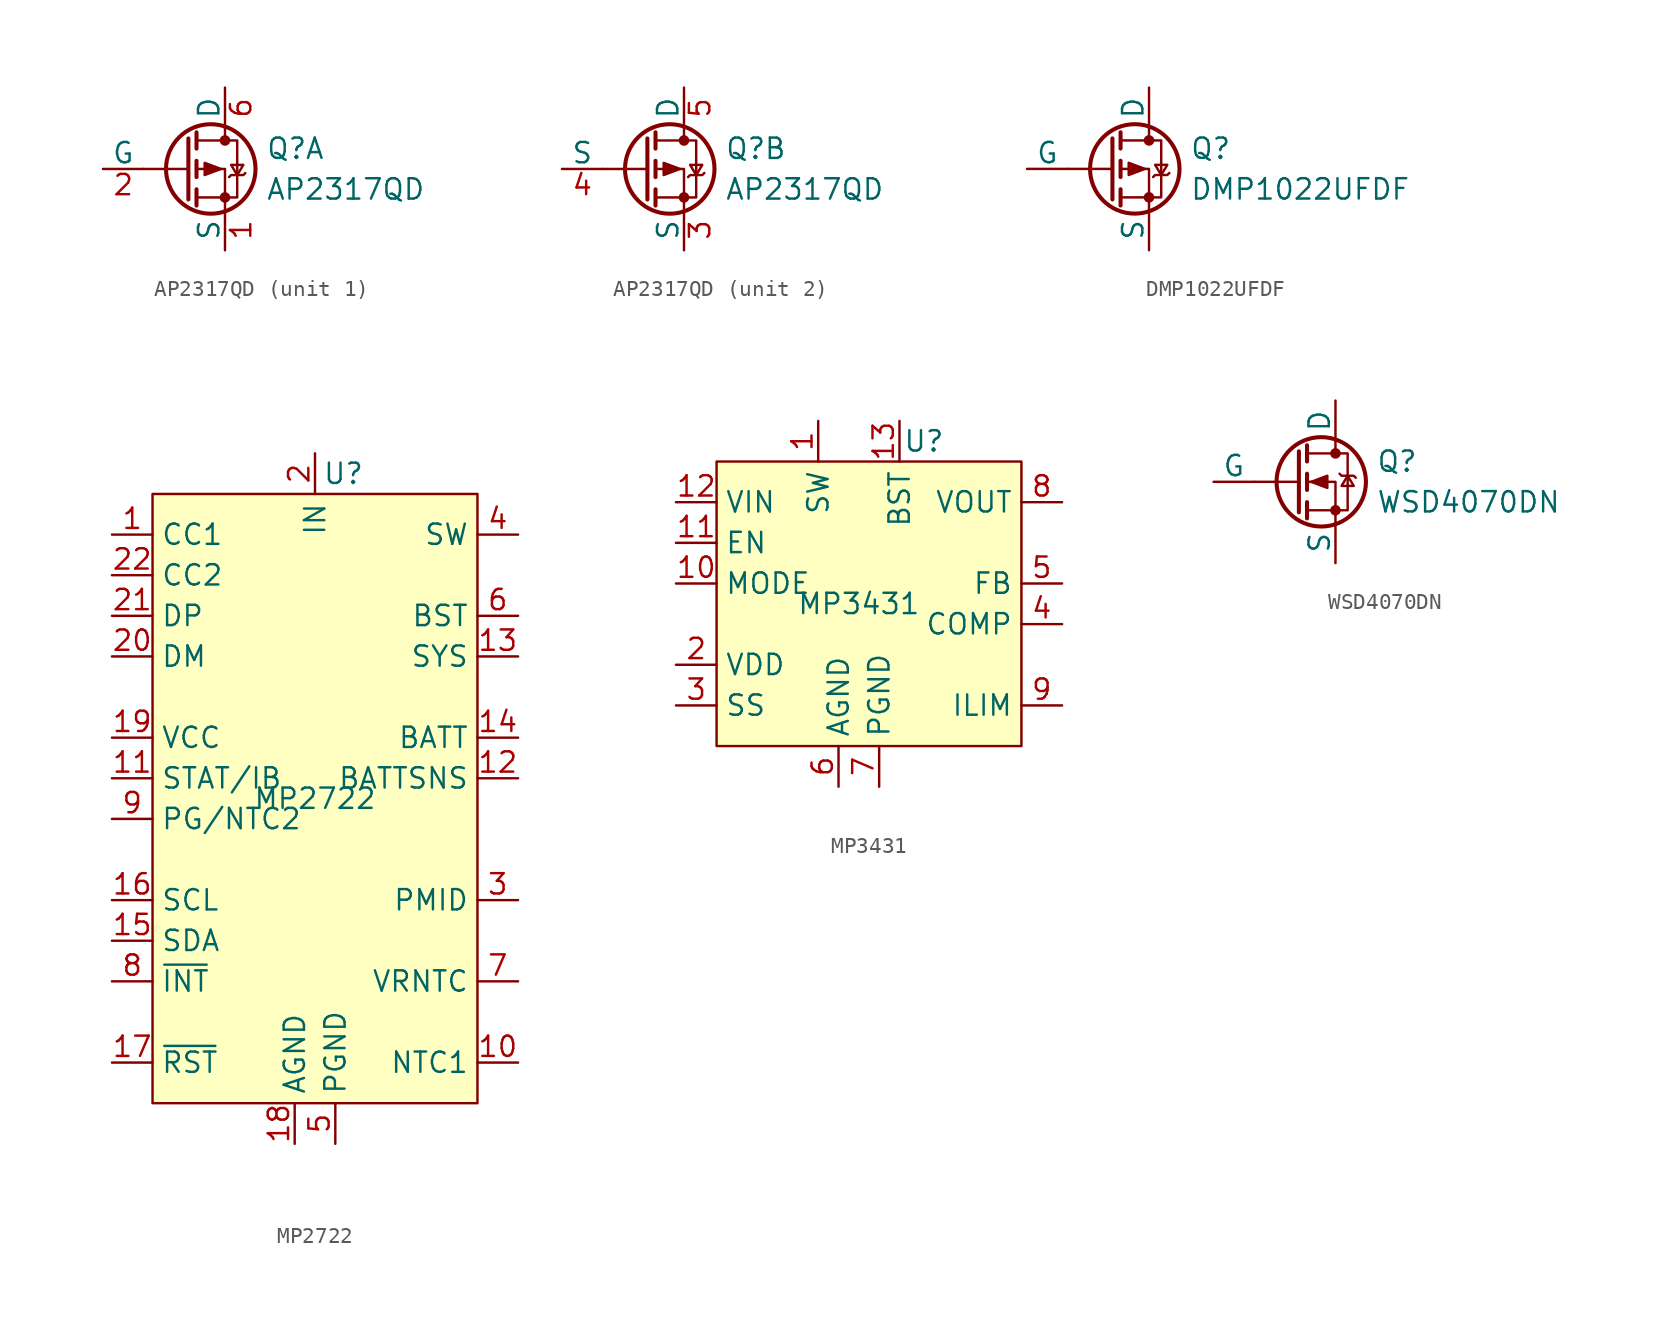
<source format=kicad_sym>
(kicad_symbol_lib
  (version 20231120)
  (generator "kicad_symbol_editor")
  (generator_version "8.0")
  (symbol "AP2317QD"
    (pin_names
      (offset 0))
    (property "Reference" "Q"
      (at 5.08 1.27 0)
      (effects (font (size 1.27 1.27)) (justify left)))
    (property "Value" "AP2317QD"
      (at 5.08 -1.27 0)
      (effects (font (size 1.27 1.27)) (justify left)))
    (symbol "AP2317QD_0_1"
      (polyline (pts (xy 0.254 0) (xy -2.54 0)) (stroke (width 0) (type default)) (fill (type none)))
      (polyline (pts (xy 0.254 1.905) (xy 0.254 -1.905)) (stroke (width 0.254) (type default)) (fill (type none)))
      (polyline (pts (xy 0.762 -1.27) (xy 0.762 -2.286)) (stroke (width 0.254) (type default)) (fill (type none)))
      (polyline (pts (xy 0.762 0.508) (xy 0.762 -0.508)) (stroke (width 0.254) (type default)) (fill (type none)))
      (polyline (pts (xy 0.762 2.286) (xy 0.762 1.27)) (stroke (width 0.254) (type default)) (fill (type none)))
      (polyline (pts (xy 2.54 2.54) (xy 2.54 1.778)) (stroke (width 0) (type default)) (fill (type none)))
      (polyline (pts (xy 2.54 -2.54) (xy 2.54 0) (xy 0.762 0)) (stroke (width 0) (type default)) (fill (type none)))
      (polyline (pts (xy 0.762 1.778) (xy 3.302 1.778) (xy 3.302 -1.778) (xy 0.762 -1.778)) (stroke (width 0) (type default)) (fill (type none)))
      (polyline (pts (xy 2.286 0) (xy 1.27 0.381) (xy 1.27 -0.381) (xy 2.286 0)) (stroke (width 0) (type default)) (fill (type outline)))
      (polyline (pts (xy 2.794 -0.508) (xy 2.921 -0.381) (xy 3.683 -0.381) (xy 3.81 -0.254)) (stroke (width 0) (type default)) (fill (type none)))
      (polyline (pts (xy 3.302 -0.381) (xy 2.921 0.254) (xy 3.683 0.254) (xy 3.302 -0.381)) (stroke (width 0) (type default)) (fill (type none)))
      (circle (center 1.651 0) (radius 2.794) (stroke (width 0.254) (type default)) (fill (type none)))
      (circle (center 2.54 -1.778) (radius 0.254) (stroke (width 0) (type default)) (fill (type outline)))
      (circle (center 2.54 1.778) (radius 0.254) (stroke (width 0) (type default)) (fill (type outline))))
    (symbol "AP2317QD_1_1"
      (pin passive line (at 2.54 -5.08 90) (length 2.54) (name "S" (effects (font (size 1.27 1.27)))) (number "1" (effects (font (size 1.27 1.27)))))
      (pin input line (at -5.08 0 0) (length 2.54) (name "G" (effects (font (size 1.27 1.27)))) (number "2" (effects (font (size 1.27 1.27)))))
      (pin passive line (at 2.54 5.08 270) (length 2.54) (name "D" (effects (font (size 1.27 1.27)))) (number "6" (effects (font (size 1.27 1.27))))))
    (symbol "AP2317QD_2_1"
      (pin passive line (at 2.54 -5.08 90) (length 2.54) (name "S" (effects (font (size 1.27 1.27)))) (number "3" (effects (font (size 1.27 1.27)))))
      (pin input line (at -5.08 0 0) (length 2.54) (name "S" (effects (font (size 1.27 1.27)))) (number "4" (effects (font (size 1.27 1.27)))))
      (pin passive line (at 2.54 5.08 270) (length 2.54) (name "D" (effects (font (size 1.27 1.27)))) (number "5" (effects (font (size 1.27 1.27)))))))
  (symbol "DMP1022UFDF"
    (pin_numbers hide)
    (pin_names
      (offset 0))
    (property "Reference" "Q"
      (at 5.08 1.27 0)
      (effects (font (size 1.27 1.27)) (justify left)))
    (property "Value" "DMP1022UFDF"
      (at 5.08 -1.27 0)
      (effects (font (size 1.27 1.27)) (justify left)))
    (symbol "DMP1022UFDF_0_1"
      (polyline (pts (xy 0.254 0) (xy -2.54 0)) (stroke (width 0) (type default)) (fill (type none)))
      (polyline (pts (xy 0.254 1.905) (xy 0.254 -1.905)) (stroke (width 0.254) (type default)) (fill (type none)))
      (polyline (pts (xy 0.762 -1.27) (xy 0.762 -2.286)) (stroke (width 0.254) (type default)) (fill (type none)))
      (polyline (pts (xy 0.762 0.508) (xy 0.762 -0.508)) (stroke (width 0.254) (type default)) (fill (type none)))
      (polyline (pts (xy 0.762 2.286) (xy 0.762 1.27)) (stroke (width 0.254) (type default)) (fill (type none)))
      (polyline (pts (xy 2.54 2.54) (xy 2.54 1.778)) (stroke (width 0) (type default)) (fill (type none)))
      (polyline (pts (xy 2.54 -2.54) (xy 2.54 0) (xy 0.762 0)) (stroke (width 0) (type default)) (fill (type none)))
      (polyline (pts (xy 0.762 1.778) (xy 3.302 1.778) (xy 3.302 -1.778) (xy 0.762 -1.778)) (stroke (width 0) (type default)) (fill (type none)))
      (polyline (pts (xy 2.286 0) (xy 1.27 0.381) (xy 1.27 -0.381) (xy 2.286 0)) (stroke (width 0) (type default)) (fill (type outline)))
      (polyline (pts (xy 2.794 -0.508) (xy 2.921 -0.381) (xy 3.683 -0.381) (xy 3.81 -0.254)) (stroke (width 0) (type default)) (fill (type none)))
      (polyline (pts (xy 3.302 -0.381) (xy 2.921 0.254) (xy 3.683 0.254) (xy 3.302 -0.381)) (stroke (width 0) (type default)) (fill (type none)))
      (circle (center 1.651 0) (radius 2.794) (stroke (width 0.254) (type default)) (fill (type none)))
      (circle (center 2.54 -1.778) (radius 0.254) (stroke (width 0) (type default)) (fill (type outline)))
      (circle (center 2.54 1.778) (radius 0.254) (stroke (width 0) (type default)) (fill (type outline))))
    (symbol "DMP1022UFDF_1_1"
      (pin passive line (at 2.54 5.08 270) (length 2.54) hide (name "D" (effects (font (size 1.27 1.27)))) (number "1" (effects (font (size 1.27 1.27)))))
      (pin passive line (at 2.54 5.08 270) (length 2.54) hide (name "D" (effects (font (size 1.27 1.27)))) (number "2" (effects (font (size 1.27 1.27)))))
      (pin passive line (at -5.08 0 0) (length 2.54) (name "G" (effects (font (size 1.27 1.27)))) (number "3" (effects (font (size 1.27 1.27)))))
      (pin input line (at 2.54 -5.08 90) (length 2.54) (name "S" (effects (font (size 1.27 1.27)))) (number "4" (effects (font (size 1.27 1.27)))))
      (pin passive line (at 2.54 5.08 270) (length 2.54) hide (name "D" (effects (font (size 1.27 1.27)))) (number "5" (effects (font (size 1.27 1.27)))))
      (pin passive line (at 2.54 5.08 270) (length 2.54) hide (name "D" (effects (font (size 1.27 1.27)))) (number "6" (effects (font (size 1.27 1.27)))))
      (pin passive line (at 2.54 5.08 270) (length 2.54) (name "D" (effects (font (size 1.27 1.27)))) (number "7" (effects (font (size 1.27 1.27)))))
      (pin passive line (at 2.54 -5.08 90) (length 2.54) hide (name "S" (effects (font (size 1.27 1.27)))) (number "8" (effects (font (size 1.27 1.27)))))))
  (symbol "MP2722"
    (property "Reference" "U"
      (at 1.778 20.32 0)
      (effects (font (size 1.27 1.27))))
    (property "Value" "MP2722"
      (at 0 0 0)
      (effects (font (size 1.27 1.27))))
    (symbol "MP2722_0_0"
      (pin bidirectional line (at -12.7 16.51 0) (length 2.54) (name "CC1" (effects (font (size 1.27 1.27)))) (number "1" (effects (font (size 1.27 1.27)))))
      (pin input line (at 12.7 -16.51 180) (length 2.54) (name "NTC1" (effects (font (size 1.27 1.27)))) (number "10" (effects (font (size 1.27 1.27)))))
      (pin output line (at -12.7 1.27 0) (length 2.54) (name "STAT/IB" (effects (font (size 1.27 1.27)))) (number "11" (effects (font (size 1.27 1.27)))))
      (pin input line (at 12.7 1.27 180) (length 2.54) (name "BATTSNS" (effects (font (size 1.27 1.27)))) (number "12" (effects (font (size 1.27 1.27)))))
      (pin power_out line (at 12.7 8.89 180) (length 2.54) (name "SYS" (effects (font (size 1.27 1.27)))) (number "13" (effects (font (size 1.27 1.27)))))
      (pin power_out line (at 12.7 3.81 180) (length 2.54) (name "BATT" (effects (font (size 1.27 1.27)))) (number "14" (effects (font (size 1.27 1.27)))))
      (pin bidirectional line (at -12.7 -8.89 0) (length 2.54) (name "SDA" (effects (font (size 1.27 1.27)))) (number "15" (effects (font (size 1.27 1.27)))))
      (pin input line (at -12.7 -6.35 0) (length 2.54) (name "SCL" (effects (font (size 1.27 1.27)))) (number "16" (effects (font (size 1.27 1.27)))))
      (pin power_in line (at -1.27 -21.59 90) (length 2.54) (name "AGND" (effects (font (size 1.27 1.27)))) (number "18" (effects (font (size 1.27 1.27)))))
      (pin power_out line (at -12.7 3.81 0) (length 2.54) (name "VCC" (effects (font (size 1.27 1.27)))) (number "19" (effects (font (size 1.27 1.27)))))
      (pin power_in line (at 0 21.59 270) (length 2.54) (name "IN" (effects (font (size 1.27 1.27)))) (number "2" (effects (font (size 1.27 1.27)))))
      (pin bidirectional line (at -12.7 13.97 0) (length 2.54) (name "CC2" (effects (font (size 1.27 1.27)))) (number "22" (effects (font (size 1.27 1.27)))))
      (pin power_out line (at 12.7 -6.35 180) (length 2.54) (name "PMID" (effects (font (size 1.27 1.27)))) (number "3" (effects (font (size 1.27 1.27)))))
      (pin power_out line (at 12.7 16.51 180) (length 2.54) (name "SW" (effects (font (size 1.27 1.27)))) (number "4" (effects (font (size 1.27 1.27)))))
      (pin power_in line (at 1.27 -21.59 90) (length 2.54) (name "PGND" (effects (font (size 1.27 1.27)))) (number "5" (effects (font (size 1.27 1.27)))))
      (pin power_out line (at 12.7 11.43 180) (length 2.54) (name "BST" (effects (font (size 1.27 1.27)))) (number "6" (effects (font (size 1.27 1.27)))))
      (pin output line (at 12.7 -11.43 180) (length 2.54) (name "VRNTC" (effects (font (size 1.27 1.27)))) (number "7" (effects (font (size 1.27 1.27)))))
      (pin output line (at -12.7 -1.27 0) (length 2.54) (name "PG/NTC2" (effects (font (size 1.27 1.27)))) (number "9" (effects (font (size 1.27 1.27))))))
    (symbol "MP2722_1_0"
      (pin input line (at -12.7 -16.51 0) (length 2.54) (name "~{RST}" (effects (font (size 1.27 1.27)))) (number "17" (effects (font (size 1.27 1.27)))))
      (pin bidirectional line (at -12.7 8.89 0) (length 2.54) (name "DM" (effects (font (size 1.27 1.27)))) (number "20" (effects (font (size 1.27 1.27)))))
      (pin bidirectional line (at -12.7 11.43 0) (length 2.54) (name "DP" (effects (font (size 1.27 1.27)))) (number "21" (effects (font (size 1.27 1.27)))))
      (pin open_collector line (at -12.7 -11.43 0) (length 2.54) (name "~{INT}" (effects (font (size 1.27 1.27)))) (number "8" (effects (font (size 1.27 1.27))))))
    (symbol "MP2722_1_1"
      (rectangle (start -10.16 19.05) (end 10.16 -19.05) (stroke (width 0) (type default)) (fill (type background)))))
  (symbol "MP3431"
    (property "Reference" "U"
      (at 4.064 10.16 0)
      (effects (font (size 1.27 1.27))))
    (property "Value" "MP3431"
      (at 0 0 0)
      (effects (font (size 1.27 1.27))))
    (symbol "MP3431_0_0"
      (pin bidirectional line (at -2.54 11.43 270) (length 2.54) (name "SW" (effects (font (size 1.27 1.27)))) (number "1" (effects (font (size 1.27 1.27)))))
      (pin input line (at -11.43 1.27 0) (length 2.54) (name "MODE" (effects (font (size 1.27 1.27)))) (number "10" (effects (font (size 1.27 1.27)))))
      (pin input line (at -11.43 3.81 0) (length 2.54) (name "EN" (effects (font (size 1.27 1.27)))) (number "11" (effects (font (size 1.27 1.27)))))
      (pin power_in line (at -11.43 6.35 0) (length 2.54) (name "VIN" (effects (font (size 1.27 1.27)))) (number "12" (effects (font (size 1.27 1.27)))))
      (pin power_out line (at 2.54 11.43 270) (length 2.54) (name "BST" (effects (font (size 1.27 1.27)))) (number "13" (effects (font (size 1.27 1.27)))))
      (pin power_out line (at -11.43 -3.81 0) (length 2.54) (name "VDD" (effects (font (size 1.27 1.27)))) (number "2" (effects (font (size 1.27 1.27)))))
      (pin input line (at -11.43 -6.35 0) (length 2.54) (name "SS" (effects (font (size 1.27 1.27)))) (number "3" (effects (font (size 1.27 1.27)))))
      (pin output line (at 12.7 -1.27 180) (length 2.54) (name "COMP" (effects (font (size 1.27 1.27)))) (number "4" (effects (font (size 1.27 1.27)))))
      (pin input line (at 12.7 1.27 180) (length 2.54) (name "FB" (effects (font (size 1.27 1.27)))) (number "5" (effects (font (size 1.27 1.27)))))
      (pin power_in line (at -1.27 -11.43 90) (length 2.54) (name "AGND" (effects (font (size 1.27 1.27)))) (number "6" (effects (font (size 1.27 1.27)))))
      (pin power_in line (at 1.27 -11.43 90) (length 2.54) (name "PGND" (effects (font (size 1.27 1.27)))) (number "7" (effects (font (size 1.27 1.27)))))
      (pin power_out line (at 12.7 6.35 180) (length 2.54) (name "VOUT" (effects (font (size 1.27 1.27)))) (number "8" (effects (font (size 1.27 1.27)))))
      (pin input line (at 12.7 -6.35 180) (length 2.54) (name "ILIM" (effects (font (size 1.27 1.27)))) (number "9" (effects (font (size 1.27 1.27))))))
    (symbol "MP3431_1_1"
      (rectangle (start -8.89 8.89) (end 10.16 -8.89) (stroke (width 0) (type default)) (fill (type background)))))
  (symbol "WSD4070DN"
    (pin_numbers hide)
    (pin_names
      (offset 0))
    (property "Reference" "Q"
      (at 5.08 1.27 0)
      (effects (font (size 1.27 1.27)) (justify left)))
    (property "Value" "WSD4070DN"
      (at 5.08 -1.27 0)
      (effects (font (size 1.27 1.27)) (justify left)))
    (symbol "WSD4070DN_0_1"
      (polyline (pts (xy 0.254 0) (xy -2.54 0)) (stroke (width 0) (type default)) (fill (type none)))
      (polyline (pts (xy 0.254 1.905) (xy 0.254 -1.905)) (stroke (width 0.254) (type default)) (fill (type none)))
      (polyline (pts (xy 0.762 -1.27) (xy 0.762 -2.286)) (stroke (width 0.254) (type default)) (fill (type none)))
      (polyline (pts (xy 0.762 0.508) (xy 0.762 -0.508)) (stroke (width 0.254) (type default)) (fill (type none)))
      (polyline (pts (xy 0.762 2.286) (xy 0.762 1.27)) (stroke (width 0.254) (type default)) (fill (type none)))
      (polyline (pts (xy 2.54 2.54) (xy 2.54 1.778)) (stroke (width 0) (type default)) (fill (type none)))
      (polyline (pts (xy 2.54 -2.54) (xy 2.54 0) (xy 0.762 0)) (stroke (width 0) (type default)) (fill (type none)))
      (polyline (pts (xy 0.762 -1.778) (xy 3.302 -1.778) (xy 3.302 1.778) (xy 0.762 1.778)) (stroke (width 0) (type default)) (fill (type none)))
      (polyline (pts (xy 1.016 0) (xy 2.032 0.381) (xy 2.032 -0.381) (xy 1.016 0)) (stroke (width 0) (type default)) (fill (type outline)))
      (polyline (pts (xy 2.794 0.508) (xy 2.921 0.381) (xy 3.683 0.381) (xy 3.81 0.254)) (stroke (width 0) (type default)) (fill (type none)))
      (polyline (pts (xy 3.302 0.381) (xy 2.921 -0.254) (xy 3.683 -0.254) (xy 3.302 0.381)) (stroke (width 0) (type default)) (fill (type none)))
      (circle (center 1.651 0) (radius 2.794) (stroke (width 0.254) (type default)) (fill (type none)))
      (circle (center 2.54 -1.778) (radius 0.254) (stroke (width 0) (type default)) (fill (type outline)))
      (circle (center 2.54 1.778) (radius 0.254) (stroke (width 0) (type default)) (fill (type outline))))
    (symbol "WSD4070DN_1_1"
      (pin passive line (at 2.54 -5.08 90) (length 2.54) (name "S" (effects (font (size 1.27 1.27)))) (number "1" (effects (font (size 1.27 1.27)))))
      (pin passive line (at 2.54 -5.08 90) (length 2.54) hide (name "S" (effects (font (size 1.27 1.27)))) (number "2" (effects (font (size 1.27 1.27)))))
      (pin passive line (at 2.54 -5.08 90) (length 2.54) hide (name "S" (effects (font (size 1.27 1.27)))) (number "3" (effects (font (size 1.27 1.27)))))
      (pin input line (at -5.08 0 0) (length 2.54) (name "G" (effects (font (size 1.27 1.27)))) (number "4" (effects (font (size 1.27 1.27)))))
      (pin passive line (at 2.54 5.08 270) (length 2.54) (name "D" (effects (font (size 1.27 1.27)))) (number "5" (effects (font (size 1.27 1.27)))))
      (pin passive line (at 2.54 5.08 270) (length 2.54) hide (name "D" (effects (font (size 1.27 1.27)))) (number "6" (effects (font (size 1.27 1.27)))))
      (pin passive line (at 2.54 5.08 270) (length 2.54) hide (name "D" (effects (font (size 1.27 1.27)))) (number "7" (effects (font (size 1.27 1.27)))))
      (pin passive line (at 2.54 5.08 270) (length 2.54) hide (name "D" (effects (font (size 1.27 1.27)))) (number "8" (effects (font (size 1.27 1.27)))))
      (pin passive line (at 2.54 5.08 270) (length 2.54) hide (name "D" (effects (font (size 1.27 1.27)))) (number "9" (effects (font (size 1.27 1.27))))))))
</source>
